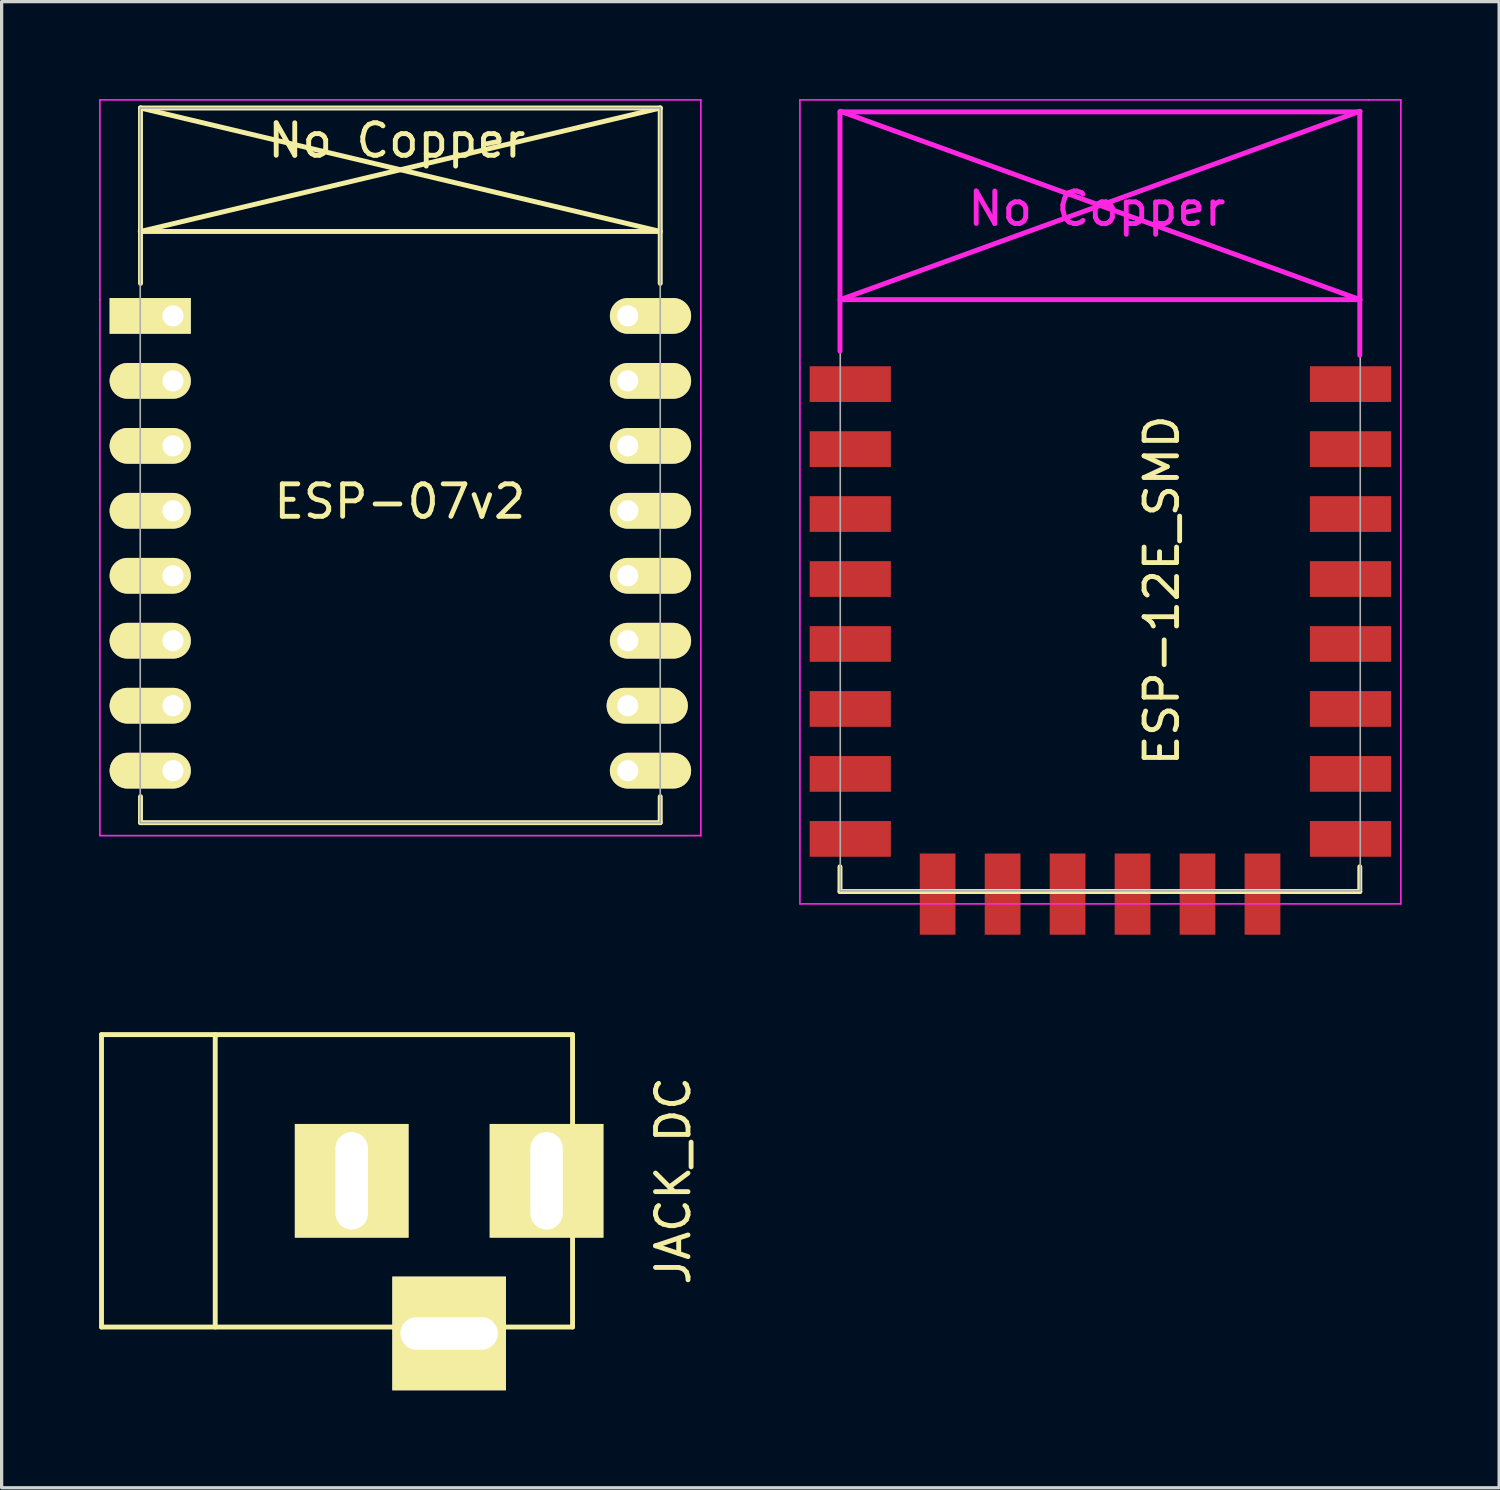
<source format=kicad_pcb>
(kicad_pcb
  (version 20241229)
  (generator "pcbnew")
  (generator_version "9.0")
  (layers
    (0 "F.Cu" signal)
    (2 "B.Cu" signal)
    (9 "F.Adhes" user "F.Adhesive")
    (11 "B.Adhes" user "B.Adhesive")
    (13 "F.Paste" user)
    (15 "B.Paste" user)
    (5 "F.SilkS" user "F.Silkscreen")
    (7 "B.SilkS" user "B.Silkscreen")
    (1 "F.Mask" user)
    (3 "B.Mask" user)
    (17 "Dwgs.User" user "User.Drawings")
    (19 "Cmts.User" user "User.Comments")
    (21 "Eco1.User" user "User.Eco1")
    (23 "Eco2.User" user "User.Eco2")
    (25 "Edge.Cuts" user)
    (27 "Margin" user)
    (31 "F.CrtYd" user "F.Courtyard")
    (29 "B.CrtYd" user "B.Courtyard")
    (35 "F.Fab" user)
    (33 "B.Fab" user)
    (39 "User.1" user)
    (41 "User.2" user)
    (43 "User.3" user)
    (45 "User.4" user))
  (footprint "ESP-07v2"
    (layer "F.Cu")
    (at 9.26 11.755)
    (property "Reference" "ESP-07v2" (at 0 0.635 0) (layer "F.SilkS") (effects (font (size 1 1) (thickness 0.15))))
    (attr through_hole)
    (fp_line (start -7.993 -7.68) (end 8.007 -7.68) (stroke (width 0.152) (type solid)) (layer "F.SilkS"))
    (fp_line (start -7.985 -11.48) (end -7.985 -6.08) (stroke (width 0.152) (type solid)) (layer "F.SilkS"))
    (fp_line (start -7.985 -11.48) (end 8.015 -11.48) (stroke (width 0.152) (type solid)) (layer "F.SilkS"))
    (fp_line (start -7.985 -11.48) (end 8.015 -7.68) (stroke (width 0.152) (type solid)) (layer "F.SilkS"))
    (fp_line (start -7.985 9.72) (end -7.985 10.52) (stroke (width 0.152) (type solid)) (layer "F.SilkS"))
    (fp_line (start -7.985 10.52) (end 8.015 10.52) (stroke (width 0.152) (type solid)) (layer "F.SilkS"))
    (fp_line (start 8.015 -11.48) (end -7.985 -7.68) (stroke (width 0.152) (type solid)) (layer "F.SilkS"))
    (fp_line (start 8.015 -11.48) (end 8.015 -6.08) (stroke (width 0.152) (type solid)) (layer "F.SilkS"))
    (fp_line (start 8.015 10.52) (end 8.015 9.72) (stroke (width 0.152) (type solid)) (layer "F.SilkS"))
    (fp_line (start -9.235 -11.73) (end 9.265 -11.73) (stroke (width 0.05) (type solid)) (layer "F.CrtYd"))
    (fp_line (start -9.235 -5.58) (end -9.235 -11.73) (stroke (width 0.05) (type solid)) (layer "F.CrtYd"))
    (fp_line (start -9.235 10.92) (end -9.235 -5.58) (stroke (width 0.05) (type solid)) (layer "F.CrtYd"))
    (fp_line (start 9.265 -11.73) (end 9.265 10.92) (stroke (width 0.05) (type solid)) (layer "F.CrtYd"))
    (fp_line (start 9.265 10.92) (end -9.235 10.92) (stroke (width 0.05) (type solid)) (layer "F.CrtYd"))
    (fp_line (start -7.993 10.52) (end -7.993 -11.48) (stroke (width 0.05) (type solid)) (layer "F.Fab"))
    (fp_line (start -7.985 -11.48) (end 8.015 -11.48) (stroke (width 0.05) (type solid)) (layer "F.Fab"))
    (fp_line (start 8.015 -11.48) (end 8.015 10.52) (stroke (width 0.05) (type solid)) (layer "F.Fab"))
    (fp_line (start 8.015 10.52) (end -7.985 10.52) (stroke (width 0.05) (type solid)) (layer "F.Fab"))
    (fp_text user "No Copper" (at -0.093 -10.48 0) (layer "F.SilkS") (effects (font (size 1 1) (thickness 0.15))))
    (pad "1" thru_hole rect (at -6.985 -5.08) (size 2.5 1.1) (drill 0.65 (offset -0.7 0)) (layers "*.Cu" "*.Mask" "F.SilkS" "F.Paste"))
    (pad "2" thru_hole oval (at -6.985 -3.08) (size 2.5 1.1) (drill 0.65 (offset -0.7 0)) (layers "*.Cu" "*.Mask" "F.SilkS" "F.Paste"))
    (pad "3" thru_hole oval (at -6.985 -1.08) (size 2.5 1.1) (drill 0.65 (offset -0.7 0)) (layers "*.Cu" "*.Mask" "F.SilkS" "F.Paste"))
    (pad "4" thru_hole oval (at -6.985 0.92) (size 2.5 1.1) (drill 0.65 (offset -0.7 0)) (layers "*.Cu" "*.Mask" "F.SilkS" "F.Paste"))
    (pad "5" thru_hole oval (at -6.985 2.92) (size 2.5 1.1) (drill 0.65 (offset -0.7 0)) (layers "*.Cu" "*.Mask" "F.SilkS" "F.Paste"))
    (pad "6" thru_hole oval (at -6.985 4.92) (size 2.5 1.1) (drill 0.65 (offset -0.7 0)) (layers "*.Cu" "*.Mask" "F.SilkS" "F.Paste"))
    (pad "7" thru_hole oval (at -6.985 6.92) (size 2.5 1.1) (drill 0.65 (offset -0.7 0)) (layers "*.Cu" "*.Mask" "F.SilkS" "F.Paste"))
    (pad "8" thru_hole oval (at -6.985 8.92) (size 2.5 1.1) (drill 0.65 (offset -0.7 0)) (layers "*.Cu" "*.Mask" "F.SilkS" "F.Paste"))
    (pad "9" thru_hole oval (at 7.015 8.92) (size 2.5 1.1) (drill 0.65 (offset 0.7 0)) (layers "*.Cu" "*.Mask" "F.SilkS" "F.Paste"))
    (pad "10" thru_hole oval (at 7.015 6.92) (size 2.5 1.1) (drill 0.65 (offset 0.6 0)) (layers "*.Cu" "*.Mask" "F.SilkS" "F.Paste"))
    (pad "11" thru_hole oval (at 7.015 4.92) (size 2.5 1.1) (drill 0.65 (offset 0.7 0)) (layers "*.Cu" "*.Mask" "F.SilkS" "F.Paste"))
    (pad "12" thru_hole oval (at 7.015 2.92) (size 2.5 1.1) (drill 0.65 (offset 0.7 0)) (layers "*.Cu" "*.Mask" "F.SilkS" "F.Paste"))
    (pad "13" thru_hole oval (at 7.015 0.92) (size 2.5 1.1) (drill 0.65 (offset 0.7 0)) (layers "*.Cu" "*.Mask" "F.SilkS" "F.Paste"))
    (pad "14" thru_hole oval (at 7.015 -1.08) (size 2.5 1.1) (drill 0.65 (offset 0.7 0)) (layers "*.Cu" "*.Mask" "F.SilkS" "F.Paste"))
    (pad "15" thru_hole oval (at 7.015 -3.08) (size 2.5 1.1) (drill 0.65 (offset 0.7 0)) (layers "*.Cu" "*.Mask" "F.SilkS" "F.Paste"))
    (pad "16" thru_hole oval (at 7.015 -5.08) (size 2.5 1.1) (drill 0.65 (offset 0.7 0)) (layers "*.Cu" "*.Mask" "F.SilkS" "F.Paste")))
  (footprint "ESP-12E_SMD"
    (layer "F.Cu")
    (at 30.81 15.125)
    (property "Reference" "ESP-12E_SMD" (at 1.905 0 90) (layer "F.SilkS") (effects (font (size 1 1) (thickness 0.15))))
    (attr through_hole)
    (fp_line (start -8.001 8.509) (end -8.001 9.271) (stroke (width 0.152) (type solid)) (layer "F.SilkS"))
    (fp_line (start -8.001 9.271) (end 8.001 9.271) (stroke (width 0.152) (type solid)) (layer "F.SilkS"))
    (fp_line (start 8.001 9.271) (end 8.001 8.509) (stroke (width 0.152) (type solid)) (layer "F.SilkS"))
    (fp_line (start -9.235 -15.1) (end 8.265 -15.1) (stroke (width 0.05) (type solid)) (layer "F.CrtYd"))
    (fp_line (start -9.235 -6.85) (end -9.235 -15.1) (stroke (width 0.05) (type solid)) (layer "F.CrtYd"))
    (fp_line (start -9.235 9.65) (end -9.235 -6.85) (stroke (width 0.05) (type solid)) (layer "F.CrtYd"))
    (fp_line (start -8.001 -14.732) (end -8.001 -7.366) (stroke (width 0.152) (type solid)) (layer "F.CrtYd"))
    (fp_line (start -8.001 -14.732) (end 8.001 -14.732) (stroke (width 0.152) (type solid)) (layer "F.CrtYd"))
    (fp_line (start -7.993 -14.75) (end 8.007 -8.95) (stroke (width 0.152) (type solid)) (layer "F.CrtYd"))
    (fp_line (start -7.993 -8.95) (end 8.007 -8.95) (stroke (width 0.152) (type solid)) (layer "F.CrtYd"))
    (fp_line (start 8.001 -14.732) (end 8.001 -7.239) (stroke (width 0.152) (type solid)) (layer "F.CrtYd"))
    (fp_line (start 8.007 -14.75) (end -7.993 -8.95) (stroke (width 0.152) (type solid)) (layer "F.CrtYd"))
    (fp_line (start 8.265 -15.1) (end 9.265 -15.1) (stroke (width 0.05) (type solid)) (layer "F.CrtYd"))
    (fp_line (start 9.265 -15.1) (end 9.265 9.65) (stroke (width 0.05) (type solid)) (layer "F.CrtYd"))
    (fp_line (start 9.265 9.65) (end -9.235 9.65) (stroke (width 0.05) (type solid)) (layer "F.CrtYd"))
    (fp_line (start -7.993 -14.75) (end 8.007 -14.75) (stroke (width 0.05) (type solid)) (layer "F.Fab"))
    (fp_line (start -7.993 9.25) (end -7.993 -14.75) (stroke (width 0.05) (type solid)) (layer "F.Fab"))
    (fp_line (start 8.007 9.25) (end -7.993 9.25) (stroke (width 0.05) (type solid)) (layer "F.Fab"))
    (fp_line (start 8.015 -14.75) (end 8.015 9.25) (stroke (width 0.05) (type solid)) (layer "F.Fab"))
    (fp_text user "No Copper" (at -0.093 -11.75 0) (layer "F.CrtYd") (effects (font (size 1 1) (thickness 0.15))))
    (pad "1" smd rect (at -6.985 -6.35) (size 2.5 1.1) (drill (offset -0.7 0)) (layers "F.Cu" "F.Mask" "F.Paste"))
    (pad "2" smd rect (at -6.985 -4.35) (size 2.5 1.1) (drill (offset -0.7 0)) (layers "F.Cu" "F.Mask" "F.Paste"))
    (pad "3" smd rect (at -6.985 -2.35) (size 2.5 1.1) (drill (offset -0.7 0)) (layers "F.Cu" "F.Mask" "F.Paste"))
    (pad "4" smd rect (at -6.985 -0.35) (size 2.5 1.1) (drill (offset -0.7 0)) (layers "F.Cu" "F.Mask" "F.Paste"))
    (pad "5" smd rect (at -6.985 1.65) (size 2.5 1.1) (drill (offset -0.7 0)) (layers "F.Cu" "F.Mask" "F.Paste"))
    (pad "6" smd rect (at -6.985 3.65) (size 2.5 1.1) (drill (offset -0.7 0)) (layers "F.Cu" "F.Mask" "F.Paste"))
    (pad "7" smd rect (at -6.985 5.65) (size 2.5 1.1) (drill (offset -0.7 0)) (layers "F.Cu" "F.Mask" "F.Paste"))
    (pad "8" smd rect (at -6.985 7.65) (size 2.5 1.1) (drill (offset -0.7 0)) (layers "F.Cu" "F.Mask" "F.Paste"))
    (pad "9" smd rect (at 7.015 7.65) (size 2.5 1.1) (drill (offset 0.7 0)) (layers "F.Cu" "F.Mask" "F.Paste"))
    (pad "10" smd rect (at 7.015 5.65) (size 2.5 1.1) (drill (offset 0.7 0)) (layers "F.Cu" "F.Mask" "F.Paste"))
    (pad "11" smd rect (at 7.015 3.65) (size 2.5 1.1) (drill (offset 0.7 0)) (layers "F.Cu" "F.Mask" "F.Paste"))
    (pad "12" smd rect (at 7.015 1.65) (size 2.5 1.1) (drill (offset 0.7 0)) (layers "F.Cu" "F.Mask" "F.Paste"))
    (pad "13" smd rect (at 7.015 -0.35) (size 2.5 1.1) (drill (offset 0.7 0)) (layers "F.Cu" "F.Mask" "F.Paste"))
    (pad "14" smd rect (at 7.015 -2.35) (size 2.5 1.1) (drill (offset 0.7 0)) (layers "F.Cu" "F.Mask" "F.Paste"))
    (pad "15" smd rect (at 7.015 -4.35) (size 2.5 1.1) (drill (offset 0.7 0)) (layers "F.Cu" "F.Mask" "F.Paste"))
    (pad "16" smd rect (at 7.015 -6.35) (size 2.5 1.1) (drill (offset 0.7 0)) (layers "F.Cu" "F.Mask" "F.Paste"))
    (pad "17" smd rect (at -4.995 8.65 90) (size 2.5 1.1) (drill (offset -0.7 0)) (layers "F.Cu" "F.Mask" "F.Paste"))
    (pad "18" smd rect (at -2.995 8.65 90) (size 2.5 1.1) (drill (offset -0.7 0)) (layers "F.Cu" "F.Mask" "F.Paste"))
    (pad "19" smd rect (at -0.995 8.65 90) (size 2.5 1.1) (drill (offset -0.7 0)) (layers "F.Cu" "F.Mask" "F.Paste"))
    (pad "20" smd rect (at 1.005 8.65 90) (size 2.5 1.1) (drill (offset -0.7 0)) (layers "F.Cu" "F.Mask" "F.Paste"))
    (pad "21" smd rect (at 3.005 8.65 90) (size 2.5 1.1) (drill (offset -0.7 0)) (layers "F.Cu" "F.Mask" "F.Paste"))
    (pad "22" smd rect (at 5.005 8.65 90) (size 2.5 1.1) (drill (offset -0.7 0)) (layers "F.Cu" "F.Mask" "F.Paste")))
  (footprint "JACK_DC"
    (layer "F.Cu")
    (at 7.576 33.301)
    (property "Reference" "JACK_DC" (at 10.099 0 90) (layer "F.SilkS") (effects (font (size 1 1) (thickness 0.15))))
    (attr through_hole)
    (fp_line (start -7.501 -4.501) (end -7.501 4.501) (stroke (width 0.15) (type solid)) (layer "F.SilkS"))
    (fp_line (start -7.501 4.501) (end 7 4.501) (stroke (width 0.15) (type solid)) (layer "F.SilkS"))
    (fp_line (start -4 -4.501) (end -4 4.501) (stroke (width 0.15) (type solid)) (layer "F.SilkS"))
    (fp_line (start 7 -4.501) (end -7.501 -4.501) (stroke (width 0.15) (type solid)) (layer "F.SilkS"))
    (fp_line (start 7 4.501) (end 7 -4.501) (stroke (width 0.15) (type solid)) (layer "F.SilkS"))
    (pad "1" thru_hole rect (at 6.2 0) (size 3.5 3.5) (drill oval 1.001 3) (layers "*.Cu" "*.Mask" "F.SilkS"))
    (pad "2" thru_hole rect (at 0.201 0) (size 3.5 3.5) (drill oval 1.001 3) (layers "*.Cu" "*.Mask" "F.SilkS"))
    (pad "3" thru_hole rect (at 3.2 4.699) (size 3.5 3.5) (drill oval 3 1.001) (layers "*.Cu" "*.Mask" "F.SilkS")))
  (gr_rect
    (start -3 -3)
    (end 43.1 42.75)
    (stroke (width 0.1) (type default))
    (fill no)
    (layer "Edge.Cuts")))
</source>
